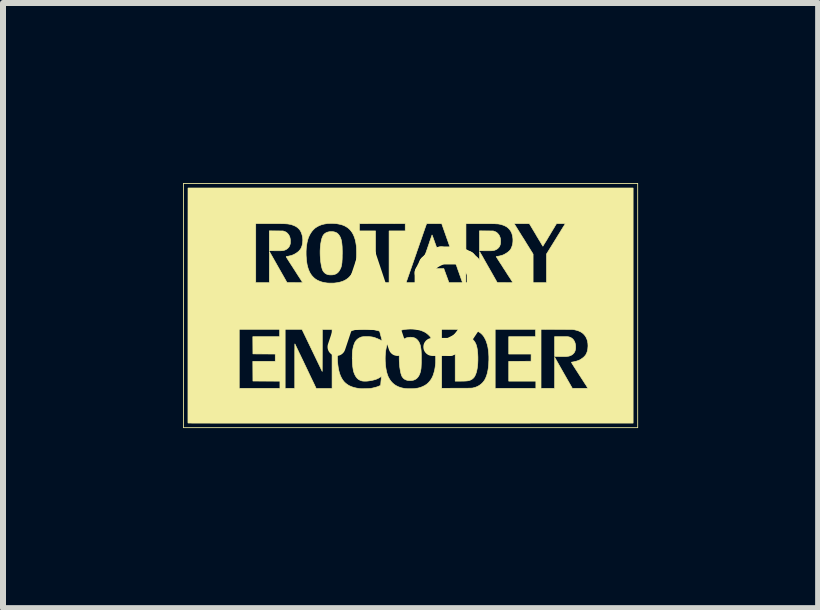
<source format=kicad_pcb>
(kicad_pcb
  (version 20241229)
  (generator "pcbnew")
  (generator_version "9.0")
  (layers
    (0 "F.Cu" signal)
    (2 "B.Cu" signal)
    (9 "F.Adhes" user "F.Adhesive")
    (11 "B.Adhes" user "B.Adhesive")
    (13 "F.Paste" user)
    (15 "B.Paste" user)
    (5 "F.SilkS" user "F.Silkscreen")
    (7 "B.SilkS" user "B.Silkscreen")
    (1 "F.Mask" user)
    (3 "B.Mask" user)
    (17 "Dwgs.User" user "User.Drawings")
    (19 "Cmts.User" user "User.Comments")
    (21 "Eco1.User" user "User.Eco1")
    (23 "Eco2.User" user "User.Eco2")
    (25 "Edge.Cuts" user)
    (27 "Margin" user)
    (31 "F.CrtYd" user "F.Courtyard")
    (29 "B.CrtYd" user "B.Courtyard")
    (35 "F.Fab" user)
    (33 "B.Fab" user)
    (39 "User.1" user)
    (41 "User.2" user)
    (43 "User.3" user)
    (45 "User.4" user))
  (footprint "A9"
    (layer "F.Cu")
    (at 3.792 2.042)
    (property "Reference" "A9" (at 0 0 0) (layer "F.SilkS") (effects (font (size 1.524 1.524) (thickness 0.3))))
    (attr through_hole)
    (fp_poly (pts (xy 3.787 2.037) (xy -3.787 2.037) (xy -3.787 -2.034) (xy -3.784 -2.034) (xy -3.784 2.034) (xy 3.784 2.034) (xy 3.784 -2.034) (xy -3.784 -2.034) (xy -3.787 -2.034) (xy -3.787 -2.037) (xy 3.787 -2.037) (xy 3.787 2.037)) (stroke (width 0.01) (type solid)) (fill yes) (layer "F.SilkS"))
    (fp_poly (pts (xy -2.239 -1.244) (xy -2.124 -1.243) (xy -2.105 -1.236) (xy -2.093 -1.232) (xy -2.082 -1.227) (xy -2.073 -1.222) (xy -2.073 -1.222) (xy -2.054 -1.207) (xy -2.038 -1.189) (xy -2.024 -1.168) (xy -2.013 -1.144) (xy -2.009 -1.128) (xy -2.006 -1.115) (xy -2.004 -1.099) (xy -2.003 -1.081) (xy -2.003 -1.062) (xy -2.003 -1.045) (xy -2.005 -1.03) (xy -2.006 -1.024) (xy -2.015 -0.998) (xy -2.027 -0.975) (xy -2.044 -0.956) (xy -2.064 -0.94) (xy -2.088 -0.927) (xy -2.112 -0.919) (xy -2.12 -0.917) (xy -2.128 -0.916) (xy -2.139 -0.915) (xy -2.152 -0.914) (xy -2.168 -0.913) (xy -2.186 -0.913) (xy -2.209 -0.913) (xy -2.235 -0.913) (xy -2.265 -0.913) (xy -2.291 -0.914) (xy -2.354 -0.914) (xy -2.354 -1.245) (xy -2.239 -1.244)) (stroke (width 0.01) (type solid)) (fill yes) (layer "F.SilkS"))
    (fp_poly (pts (xy 1.263 -1.244) (xy 1.378 -1.243) (xy 1.397 -1.236) (xy 1.418 -1.228) (xy 1.435 -1.218) (xy 1.451 -1.204) (xy 1.457 -1.197) (xy 1.472 -1.179) (xy 1.483 -1.159) (xy 1.492 -1.135) (xy 1.494 -1.129) (xy 1.497 -1.115) (xy 1.499 -1.098) (xy 1.5 -1.079) (xy 1.5 -1.06) (xy 1.499 -1.042) (xy 1.497 -1.027) (xy 1.495 -1.018) (xy 1.488 -0.998) (xy 1.48 -0.981) (xy 1.469 -0.967) (xy 1.46 -0.957) (xy 1.445 -0.944) (xy 1.427 -0.933) (xy 1.407 -0.924) (xy 1.391 -0.919) (xy 1.383 -0.917) (xy 1.375 -0.916) (xy 1.365 -0.915) (xy 1.353 -0.914) (xy 1.339 -0.913) (xy 1.321 -0.913) (xy 1.3 -0.913) (xy 1.276 -0.913) (xy 1.247 -0.913) (xy 1.214 -0.913) (xy 1.211 -0.914) (xy 1.148 -0.914) (xy 1.148 -1.245) (xy 1.263 -1.244)) (stroke (width 0.01) (type solid)) (fill yes) (layer "F.SilkS"))
    (fp_poly (pts (xy 2.538 0.518) (xy 2.561 0.518) (xy 2.579 0.518) (xy 2.594 0.518) (xy 2.606 0.519) (xy 2.616 0.519) (xy 2.623 0.52) (xy 2.63 0.521) (xy 2.635 0.521) (xy 2.64 0.523) (xy 2.643 0.523) (xy 2.667 0.532) (xy 2.689 0.545) (xy 2.708 0.562) (xy 2.723 0.583) (xy 2.732 0.598) (xy 2.74 0.619) (xy 2.746 0.64) (xy 2.75 0.663) (xy 2.751 0.688) (xy 2.751 0.692) (xy 2.75 0.72) (xy 2.745 0.744) (xy 2.738 0.765) (xy 2.728 0.784) (xy 2.714 0.801) (xy 2.711 0.804) (xy 2.693 0.819) (xy 2.672 0.831) (xy 2.647 0.84) (xy 2.646 0.841) (xy 2.632 0.844) (xy 2.615 0.846) (xy 2.596 0.849) (xy 2.577 0.85) (xy 2.56 0.85) (xy 2.555 0.85) (xy 2.548 0.85) (xy 2.537 0.85) (xy 2.522 0.85) (xy 2.505 0.849) (xy 2.487 0.849) (xy 2.469 0.849) (xy 2.4 0.848) (xy 2.4 0.518) (xy 2.511 0.518) (xy 2.538 0.518)) (stroke (width 0.01) (type solid)) (fill yes) (layer "F.SilkS"))
    (fp_poly (pts (xy 0.843 0.519) (xy 0.868 0.519) (xy 0.889 0.519) (xy 0.905 0.52) (xy 0.919 0.52) (xy 0.93 0.52) (xy 0.938 0.521) (xy 0.945 0.522) (xy 0.951 0.523) (xy 0.956 0.524) (xy 0.961 0.525) (xy 0.989 0.535) (xy 1.013 0.547) (xy 1.035 0.563) (xy 1.053 0.583) (xy 1.07 0.606) (xy 1.085 0.633) (xy 1.094 0.655) (xy 1.101 0.68) (xy 1.108 0.708) (xy 1.113 0.74) (xy 1.117 0.776) (xy 1.12 0.816) (xy 1.122 0.858) (xy 1.122 0.911) (xy 1.12 0.961) (xy 1.116 1.008) (xy 1.11 1.051) (xy 1.102 1.091) (xy 1.094 1.12) (xy 1.083 1.15) (xy 1.071 1.175) (xy 1.058 1.196) (xy 1.042 1.213) (xy 1.025 1.227) (xy 1.008 1.236) (xy 0.997 1.242) (xy 0.986 1.246) (xy 0.974 1.25) (xy 0.961 1.253) (xy 0.947 1.255) (xy 0.93 1.257) (xy 0.911 1.258) (xy 0.889 1.259) (xy 0.863 1.259) (xy 0.833 1.26) (xy 0.821 1.26) (xy 0.744 1.26) (xy 0.744 0.518) (xy 0.843 0.519)) (stroke (width 0.01) (type solid)) (fill yes) (layer "F.SilkS"))
    (fp_poly (pts (xy 0.359 -1.174) (xy 0.362 -1.168) (xy 0.366 -1.157) (xy 0.371 -1.143) (xy 0.378 -1.125) (xy 0.385 -1.104) (xy 0.394 -1.08) (xy 0.403 -1.054) (xy 0.413 -1.026) (xy 0.424 -0.996) (xy 0.433 -0.971) (xy 0.444 -0.94) (xy 0.455 -0.91) (xy 0.465 -0.882) (xy 0.474 -0.856) (xy 0.482 -0.833) (xy 0.49 -0.812) (xy 0.496 -0.794) (xy 0.501 -0.78) (xy 0.505 -0.77) (xy 0.507 -0.763) (xy 0.508 -0.762) (xy 0.505 -0.761) (xy 0.498 -0.761) (xy 0.487 -0.76) (xy 0.472 -0.76) (xy 0.454 -0.76) (xy 0.433 -0.76) (xy 0.409 -0.76) (xy 0.384 -0.759) (xy 0.361 -0.759) (xy 0.214 -0.759) (xy 0.223 -0.787) (xy 0.226 -0.794) (xy 0.23 -0.805) (xy 0.235 -0.82) (xy 0.241 -0.839) (xy 0.249 -0.86) (xy 0.257 -0.884) (xy 0.266 -0.911) (xy 0.276 -0.938) (xy 0.286 -0.968) (xy 0.295 -0.994) (xy 0.305 -1.023) (xy 0.314 -1.051) (xy 0.323 -1.077) (xy 0.331 -1.1) (xy 0.339 -1.122) (xy 0.345 -1.14) (xy 0.35 -1.155) (xy 0.354 -1.166) (xy 0.357 -1.173) (xy 0.358 -1.176) (xy 0.358 -1.176) (xy 0.359 -1.174)) (stroke (width 0.01) (type solid)) (fill yes) (layer "F.SilkS"))
    (fp_poly (pts (xy -1.292 -1.231) (xy -1.267 -1.226) (xy -1.244 -1.218) (xy -1.224 -1.207) (xy -1.206 -1.191) (xy -1.19 -1.171) (xy -1.176 -1.148) (xy -1.168 -1.131) (xy -1.161 -1.112) (xy -1.155 -1.092) (xy -1.15 -1.068) (xy -1.146 -1.043) (xy -1.143 -1.014) (xy -1.14 -0.981) (xy -1.139 -0.945) (xy -1.138 -0.905) (xy -1.138 -0.86) (xy -1.139 -0.844) (xy -1.139 -0.806) (xy -1.14 -0.773) (xy -1.142 -0.745) (xy -1.143 -0.72) (xy -1.146 -0.698) (xy -1.149 -0.678) (xy -1.153 -0.66) (xy -1.157 -0.644) (xy -1.162 -0.629) (xy -1.169 -0.615) (xy -1.173 -0.606) (xy -1.188 -0.579) (xy -1.205 -0.557) (xy -1.224 -0.54) (xy -1.245 -0.527) (xy -1.269 -0.518) (xy -1.296 -0.512) (xy -1.327 -0.511) (xy -1.329 -0.511) (xy -1.342 -0.511) (xy -1.356 -0.512) (xy -1.368 -0.514) (xy -1.371 -0.514) (xy -1.396 -0.522) (xy -1.419 -0.534) (xy -1.438 -0.55) (xy -1.454 -0.57) (xy -1.463 -0.585) (xy -1.472 -0.606) (xy -1.479 -0.631) (xy -1.486 -0.661) (xy -1.492 -0.695) (xy -1.498 -0.732) (xy -1.502 -0.774) (xy -1.505 -0.818) (xy -1.506 -0.833) (xy -1.507 -0.873) (xy -1.507 -0.912) (xy -1.505 -0.951) (xy -1.502 -0.988) (xy -1.498 -1.025) (xy -1.492 -1.059) (xy -1.486 -1.09) (xy -1.478 -1.119) (xy -1.469 -1.143) (xy -1.46 -1.163) (xy -1.459 -1.165) (xy -1.444 -1.186) (xy -1.425 -1.203) (xy -1.403 -1.216) (xy -1.378 -1.225) (xy -1.35 -1.231) (xy -1.322 -1.232) (xy -1.292 -1.231)) (stroke (width 0.01) (type solid)) (fill yes) (layer "F.SilkS"))
    (fp_poly (pts (xy 0.028 0.53) (xy 0.054 0.535) (xy 0.077 0.544) (xy 0.097 0.557) (xy 0.115 0.574) (xy 0.132 0.595) (xy 0.135 0.6) (xy 0.144 0.617) (xy 0.152 0.635) (xy 0.159 0.654) (xy 0.165 0.675) (xy 0.169 0.7) (xy 0.174 0.728) (xy 0.174 0.734) (xy 0.176 0.748) (xy 0.177 0.767) (xy 0.178 0.789) (xy 0.179 0.814) (xy 0.179 0.842) (xy 0.179 0.87) (xy 0.179 0.899) (xy 0.179 0.927) (xy 0.179 0.955) (xy 0.178 0.981) (xy 0.177 1.004) (xy 0.176 1.024) (xy 0.175 1.04) (xy 0.175 1.044) (xy 0.17 1.076) (xy 0.164 1.105) (xy 0.156 1.13) (xy 0.147 1.152) (xy 0.136 1.173) (xy 0.132 1.18) (xy 0.115 1.202) (xy 0.096 1.22) (xy 0.074 1.233) (xy 0.05 1.243) (xy 0.023 1.248) (xy -0.007 1.25) (xy -0.032 1.249) (xy -0.059 1.245) (xy -0.083 1.236) (xy -0.105 1.224) (xy -0.123 1.208) (xy -0.138 1.188) (xy -0.145 1.177) (xy -0.153 1.156) (xy -0.161 1.131) (xy -0.168 1.1) (xy -0.174 1.066) (xy -0.18 1.027) (xy -0.184 0.985) (xy -0.187 0.939) (xy -0.188 0.927) (xy -0.189 0.887) (xy -0.189 0.847) (xy -0.187 0.807) (xy -0.184 0.768) (xy -0.179 0.731) (xy -0.173 0.696) (xy -0.166 0.664) (xy -0.158 0.636) (xy -0.149 0.611) (xy -0.145 0.605) (xy -0.132 0.583) (xy -0.115 0.565) (xy -0.095 0.55) (xy -0.071 0.539) (xy -0.044 0.532) (xy -0.014 0.529) (xy -0.002 0.528) (xy 0.028 0.53)) (stroke (width 0.01) (type solid)) (fill yes) (layer "F.SilkS"))
    (fp_poly (pts (xy 3.709 1.959) (xy 0.001 1.96) (xy -0.171 1.96) (xy -0.337 1.96) (xy -0.498 1.96) (xy -0.654 1.96) (xy -0.806 1.96) (xy -0.952 1.96) (xy -1.094 1.96) (xy -1.232 1.96) (xy -1.365 1.96) (xy -1.493 1.96) (xy -1.617 1.96) (xy -1.737 1.96) (xy -1.852 1.96) (xy -1.963 1.96) (xy -2.07 1.96) (xy -2.173 1.96) (xy -2.272 1.96) (xy -2.366 1.96) (xy -2.457 1.96) (xy -2.545 1.96) (xy -2.628 1.96) (xy -2.708 1.96) (xy -2.784 1.96) (xy -2.856 1.96) (xy -2.925 1.96) (xy -2.991 1.96) (xy -3.053 1.96) (xy -3.112 1.96) (xy -3.168 1.96) (xy -3.22 1.96) (xy -3.27 1.96) (xy -3.316 1.96) (xy -3.36 1.959) (xy -3.4 1.959) (xy -3.438 1.959) (xy -3.473 1.959) (xy -3.505 1.959) (xy -3.535 1.959) (xy -3.562 1.959) (xy -3.586 1.959) (xy -3.608 1.959) (xy -3.628 1.959) (xy -3.645 1.959) (xy -3.66 1.958) (xy -3.673 1.958) (xy -3.684 1.958) (xy -3.693 1.958) (xy -3.7 1.958) (xy -3.705 1.958) (xy -3.708 1.958) (xy -3.709 1.958) (xy -3.709 1.958) (xy -3.709 1.955) (xy -3.71 1.947) (xy -3.71 1.935) (xy -3.71 1.918) (xy -3.71 1.896) (xy -3.71 1.87) (xy -3.71 1.839) (xy -3.71 1.804) (xy -3.71 1.765) (xy -3.71 1.722) (xy -3.71 1.676) (xy -3.71 1.625) (xy -3.71 1.571) (xy -3.71 1.514) (xy -3.71 1.453) (xy -3.71 1.389) (xy -3.71 1.321) (xy -3.71 1.251) (xy -3.71 1.178) (xy -3.71 1.102) (xy -3.71 1.024) (xy -3.71 0.943) (xy -3.71 0.859) (xy -3.71 0.774) (xy -3.71 0.686) (xy -3.71 0.596) (xy -3.71 0.504) (xy -3.71 0.411) (xy -3.71 0.396) (xy -2.855 0.396) (xy -2.855 1.379) (xy -2.177 1.379) (xy -2.09 1.379) (xy -1.93 1.379) (xy -1.93 1.008) (xy -1.93 0.965) (xy -1.93 0.923) (xy -1.93 0.884) (xy -1.93 0.846) (xy -1.93 0.81) (xy -1.93 0.777) (xy -1.93 0.747) (xy -1.929 0.72) (xy -1.929 0.696) (xy -1.929 0.676) (xy -1.929 0.66) (xy -1.929 0.649) (xy -1.928 0.641) (xy -1.928 0.639) (xy -1.928 0.639) (xy -1.927 0.641) (xy -1.923 0.648) (xy -1.918 0.659) (xy -1.911 0.674) (xy -1.902 0.692) (xy -1.892 0.713) (xy -1.88 0.738) (xy -1.867 0.765) (xy -1.853 0.795) (xy -1.837 0.827) (xy -1.821 0.861) (xy -1.804 0.896) (xy -1.786 0.933) (xy -1.768 0.972) (xy -1.749 1.011) (xy -1.73 1.051) (xy -1.711 1.091) (xy -1.692 1.131) (xy -1.673 1.171) (xy -1.654 1.211) (xy -1.635 1.25) (xy -1.617 1.288) (xy -1.599 1.325) (xy -1.59 1.345) (xy -1.572 1.382) (xy -1.308 1.382) (xy -1.308 0.883) (xy -1.218 0.883) (xy -1.217 0.927) (xy -1.212 0.984) (xy -1.205 1.037) (xy -1.195 1.086) (xy -1.183 1.131) (xy -1.168 1.171) (xy -1.15 1.208) (xy -1.13 1.241) (xy -1.107 1.27) (xy -1.081 1.295) (xy -1.052 1.317) (xy -1.021 1.336) (xy -1.018 1.337) (xy -0.984 1.352) (xy -0.945 1.365) (xy -0.902 1.375) (xy -0.855 1.383) (xy -0.834 1.385) (xy -0.827 1.386) (xy -0.815 1.386) (xy -0.8 1.386) (xy -0.783 1.386) (xy -0.764 1.385) (xy -0.745 1.385) (xy -0.726 1.384) (xy -0.708 1.384) (xy -0.693 1.383) (xy -0.681 1.382) (xy -0.672 1.382) (xy -0.672 1.382) (xy -0.651 1.378) (xy -0.63 1.374) (xy -0.609 1.369) (xy -0.588 1.364) (xy -0.568 1.358) (xy -0.549 1.352) (xy -0.532 1.345) (xy -0.518 1.339) (xy -0.507 1.334) (xy -0.5 1.329) (xy -0.498 1.325) (xy -0.498 1.325) (xy -0.498 1.32) (xy -0.497 1.312) (xy -0.496 1.301) (xy -0.495 1.287) (xy -0.494 1.271) (xy -0.492 1.255) (xy -0.491 1.239) (xy -0.489 1.224) (xy -0.488 1.21) (xy -0.487 1.2) (xy -0.486 1.193) (xy -0.486 1.192) (xy -0.485 1.181) (xy -0.505 1.193) (xy -0.526 1.206) (xy -0.546 1.216) (xy -0.566 1.225) (xy -0.587 1.233) (xy -0.61 1.239) (xy -0.625 1.243) (xy -0.654 1.249) (xy -0.684 1.254) (xy -0.713 1.258) (xy -0.741 1.26) (xy -0.767 1.26) (xy -0.79 1.259) (xy -0.81 1.256) (xy -0.814 1.255) (xy -0.839 1.246) (xy -0.861 1.235) (xy -0.881 1.22) (xy -0.899 1.201) (xy -0.915 1.178) (xy -0.927 1.156) (xy -0.935 1.138) (xy -0.942 1.121) (xy -0.948 1.103) (xy -0.953 1.083) (xy -0.957 1.061) (xy -0.961 1.036) (xy -0.965 1.006) (xy -0.965 1) (xy -0.968 0.977) (xy -0.969 0.951) (xy -0.97 0.923) (xy -0.971 0.895) (xy -0.971 0.884) (xy -0.423 0.884) (xy -0.422 0.932) (xy -0.419 0.978) (xy -0.414 1.024) (xy -0.407 1.068) (xy -0.398 1.11) (xy -0.387 1.148) (xy -0.374 1.183) (xy -0.369 1.193) (xy -0.349 1.229) (xy -0.326 1.262) (xy -0.299 1.291) (xy -0.269 1.317) (xy -0.235 1.338) (xy -0.199 1.355) (xy -0.159 1.369) (xy -0.115 1.379) (xy -0.089 1.383) (xy -0.071 1.384) (xy -0.05 1.386) (xy -0.027 1.386) (xy -0.002 1.386) (xy 0.023 1.386) (xy 0.046 1.385) (xy 0.066 1.384) (xy 0.075 1.383) (xy 0.097 1.379) (xy 0.518 1.379) (xy 0.769 1.378) (xy 0.81 1.378) (xy 0.847 1.378) (xy 0.879 1.378) (xy 0.907 1.378) (xy 0.931 1.378) (xy 0.952 1.378) (xy 0.969 1.377) (xy 0.984 1.377) (xy 0.996 1.377) (xy 1.006 1.376) (xy 1.015 1.376) (xy 1.022 1.376) (xy 1.027 1.375) (xy 1.032 1.374) (xy 1.036 1.374) (xy 1.04 1.373) (xy 1.044 1.372) (xy 1.044 1.372) (xy 1.083 1.361) (xy 1.118 1.347) (xy 1.15 1.328) (xy 1.179 1.306) (xy 1.198 1.288) (xy 1.219 1.263) (xy 1.238 1.235) (xy 1.254 1.202) (xy 1.268 1.166) (xy 1.28 1.125) (xy 1.289 1.081) (xy 1.297 1.032) (xy 1.302 0.978) (xy 1.304 0.92) (xy 1.305 0.914) (xy 1.305 0.853) (xy 1.302 0.795) (xy 1.296 0.74) (xy 1.288 0.689) (xy 1.276 0.642) (xy 1.262 0.599) (xy 1.253 0.576) (xy 1.235 0.541) (xy 1.216 0.509) (xy 1.193 0.482) (xy 1.168 0.459) (xy 1.14 0.44) (xy 1.108 0.424) (xy 1.073 0.411) (xy 1.041 0.403) (xy 1.037 0.402) (xy 1.033 0.401) (xy 1.029 0.401) (xy 1.024 0.4) (xy 1.017 0.4) (xy 1.01 0.399) (xy 1.001 0.399) (xy 0.99 0.398) (xy 0.977 0.398) (xy 0.961 0.398) (xy 0.942 0.398) (xy 0.92 0.398) (xy 0.894 0.397) (xy 0.865 0.397) (xy 0.831 0.397) (xy 0.793 0.397) (xy 0.768 0.397) (xy 0.576 0.396) (xy 1.41 0.396) (xy 1.41 1.379) (xy 2.088 1.379) (xy 2.174 1.379) (xy 2.4 1.379) (xy 2.401 1.12) (xy 2.401 0.86) (xy 2.548 1.12) (xy 2.696 1.379) (xy 2.826 1.379) (xy 2.855 1.379) (xy 2.88 1.379) (xy 2.9 1.379) (xy 2.916 1.379) (xy 2.929 1.379) (xy 2.938 1.378) (xy 2.945 1.378) (xy 2.95 1.378) (xy 2.953 1.377) (xy 2.954 1.376) (xy 2.954 1.375) (xy 2.954 1.375) (xy 2.952 1.372) (xy 2.948 1.365) (xy 2.941 1.355) (xy 2.932 1.341) (xy 2.922 1.324) (xy 2.909 1.305) (xy 2.895 1.283) (xy 2.879 1.258) (xy 2.862 1.232) (xy 2.844 1.204) (xy 2.825 1.175) (xy 2.814 1.158) (xy 2.791 1.122) (xy 2.771 1.091) (xy 2.753 1.063) (xy 2.737 1.038) (xy 2.724 1.018) (xy 2.713 1) (xy 2.703 0.985) (xy 2.696 0.973) (xy 2.69 0.963) (xy 2.686 0.956) (xy 2.683 0.95) (xy 2.682 0.947) (xy 2.681 0.945) (xy 2.682 0.944) (xy 2.686 0.943) (xy 2.693 0.942) (xy 2.704 0.94) (xy 2.717 0.938) (xy 2.719 0.937) (xy 2.755 0.929) (xy 2.788 0.919) (xy 2.819 0.906) (xy 2.848 0.888) (xy 2.877 0.867) (xy 2.881 0.864) (xy 2.902 0.843) (xy 2.921 0.819) (xy 2.935 0.791) (xy 2.946 0.76) (xy 2.953 0.726) (xy 2.956 0.688) (xy 2.957 0.672) (xy 2.955 0.631) (xy 2.949 0.594) (xy 2.938 0.559) (xy 2.924 0.528) (xy 2.906 0.5) (xy 2.884 0.475) (xy 2.884 0.475) (xy 2.861 0.455) (xy 2.835 0.439) (xy 2.806 0.425) (xy 2.774 0.414) (xy 2.737 0.405) (xy 2.729 0.403) (xy 2.724 0.402) (xy 2.72 0.402) (xy 2.715 0.401) (xy 2.709 0.4) (xy 2.703 0.4) (xy 2.696 0.399) (xy 2.687 0.399) (xy 2.676 0.399) (xy 2.662 0.398) (xy 2.647 0.398) (xy 2.628 0.398) (xy 2.607 0.398) (xy 2.582 0.398) (xy 2.553 0.397) (xy 2.52 0.397) (xy 2.482 0.397) (xy 2.44 0.397) (xy 2.438 0.397) (xy 2.174 0.396) (xy 2.174 1.379) (xy 2.088 1.379) (xy 2.088 1.26) (xy 1.636 1.26) (xy 1.636 0.93) (xy 1.822 0.929) (xy 2.008 0.928) (xy 2.009 0.808) (xy 1.636 0.808) (xy 1.636 0.518) (xy 2.083 0.518) (xy 2.083 0.396) (xy 1.41 0.396) (xy 0.576 0.396) (xy 0.518 0.396) (xy 0.518 1.379) (xy 0.097 1.379) (xy 0.121 1.376) (xy 0.163 1.365) (xy 0.201 1.35) (xy 0.237 1.332) (xy 0.269 1.311) (xy 0.298 1.285) (xy 0.323 1.256) (xy 0.342 1.23) (xy 0.361 1.197) (xy 0.377 1.16) (xy 0.39 1.118) (xy 0.402 1.073) (xy 0.41 1.024) (xy 0.416 0.972) (xy 0.417 0.963) (xy 0.418 0.944) (xy 0.418 0.921) (xy 0.419 0.896) (xy 0.418 0.869) (xy 0.418 0.842) (xy 0.417 0.817) (xy 0.416 0.793) (xy 0.414 0.772) (xy 0.413 0.758) (xy 0.405 0.707) (xy 0.394 0.66) (xy 0.38 0.617) (xy 0.363 0.578) (xy 0.344 0.543) (xy 0.321 0.511) (xy 0.294 0.484) (xy 0.265 0.46) (xy 0.232 0.44) (xy 0.196 0.424) (xy 0.157 0.41) (xy 0.124 0.403) (xy 0.082 0.396) (xy 0.038 0.392) (xy -0.006 0.391) (xy -0.05 0.393) (xy -0.092 0.397) (xy -0.118 0.401) (xy -0.161 0.412) (xy -0.201 0.427) (xy -0.237 0.446) (xy -0.271 0.469) (xy -0.301 0.495) (xy -0.327 0.526) (xy -0.351 0.56) (xy -0.371 0.598) (xy -0.383 0.626) (xy -0.395 0.662) (xy -0.405 0.702) (xy -0.413 0.745) (xy -0.418 0.79) (xy -0.422 0.837) (xy -0.423 0.884) (xy -0.971 0.884) (xy -0.972 0.866) (xy -0.971 0.838) (xy -0.971 0.811) (xy -0.97 0.788) (xy -0.968 0.767) (xy -0.967 0.755) (xy -0.96 0.716) (xy -0.952 0.679) (xy -0.941 0.646) (xy -0.929 0.617) (xy -0.925 0.608) (xy -0.913 0.59) (xy -0.898 0.572) (xy -0.88 0.556) (xy -0.861 0.543) (xy -0.853 0.539) (xy -0.839 0.532) (xy -0.827 0.527) (xy -0.815 0.523) (xy -0.802 0.521) (xy -0.788 0.519) (xy -0.771 0.518) (xy -0.751 0.517) (xy -0.734 0.517) (xy -0.706 0.517) (xy -0.681 0.519) (xy -0.659 0.521) (xy -0.639 0.524) (xy -0.619 0.528) (xy -0.599 0.534) (xy -0.596 0.535) (xy -0.585 0.539) (xy -0.57 0.545) (xy -0.554 0.551) (xy -0.536 0.559) (xy -0.519 0.567) (xy -0.504 0.574) (xy -0.492 0.58) (xy -0.488 0.582) (xy -0.481 0.586) (xy -0.476 0.588) (xy -0.474 0.589) (xy -0.474 0.586) (xy -0.476 0.579) (xy -0.478 0.569) (xy -0.482 0.556) (xy -0.486 0.541) (xy -0.49 0.524) (xy -0.495 0.507) (xy -0.499 0.49) (xy -0.504 0.473) (xy -0.508 0.458) (xy -0.511 0.445) (xy -0.514 0.435) (xy -0.516 0.429) (xy -0.517 0.427) (xy -0.521 0.425) (xy -0.529 0.423) (xy -0.54 0.419) (xy -0.554 0.416) (xy -0.571 0.412) (xy -0.589 0.408) (xy -0.602 0.405) (xy -0.642 0.398) (xy -0.685 0.393) (xy -0.729 0.39) (xy -0.773 0.389) (xy -0.817 0.39) (xy -0.858 0.392) (xy -0.896 0.397) (xy -0.899 0.398) (xy -0.943 0.407) (xy -0.984 0.42) (xy -1.021 0.436) (xy -1.055 0.456) (xy -1.085 0.479) (xy -1.112 0.506) (xy -1.137 0.536) (xy -1.141 0.543) (xy -1.159 0.574) (xy -1.175 0.609) (xy -1.189 0.648) (xy -1.2 0.69) (xy -1.208 0.735) (xy -1.214 0.782) (xy -1.218 0.832) (xy -1.218 0.883) (xy -1.308 0.883) (xy -1.308 0.399) (xy -1.47 0.399) (xy -1.471 0.748) (xy -1.472 1.098) (xy -1.81 0.396) (xy -1.95 0.396) (xy -2.09 0.396) (xy -2.09 1.379) (xy -2.177 1.379) (xy -2.177 1.26) (xy -2.402 1.259) (xy -2.627 1.258) (xy -2.628 1.094) (xy -2.629 0.93) (xy -2.255 0.93) (xy -2.255 0.808) (xy -2.441 0.807) (xy -2.627 0.806) (xy -2.628 0.662) (xy -2.629 0.518) (xy -2.182 0.518) (xy -2.182 0.396) (xy -2.855 0.396) (xy -3.71 0.396) (xy -3.71 0.316) (xy -3.71 0.219) (xy -3.71 0.121) (xy -3.71 0.022) (xy -3.71 -0.003) (xy -3.71 -0.381) (xy -2.58 -0.381) (xy -2.354 -0.381) (xy -2.353 -0.902) (xy -2.206 -0.642) (xy -2.058 -0.382) (xy -1.928 -0.382) (xy -1.898 -0.381) (xy -1.873 -0.381) (xy -1.852 -0.381) (xy -1.835 -0.382) (xy -1.822 -0.382) (xy -1.812 -0.382) (xy -1.805 -0.382) (xy -1.801 -0.383) (xy -1.799 -0.384) (xy -1.799 -0.384) (xy -1.8 -0.387) (xy -1.804 -0.393) (xy -1.811 -0.403) (xy -1.82 -0.417) (xy -1.83 -0.434) (xy -1.843 -0.453) (xy -1.857 -0.475) (xy -1.873 -0.499) (xy -1.89 -0.526) (xy -1.908 -0.554) (xy -1.926 -0.583) (xy -1.939 -0.602) (xy -1.961 -0.637) (xy -1.981 -0.668) (xy -1.999 -0.695) (xy -2.014 -0.719) (xy -2.027 -0.739) (xy -2.038 -0.756) (xy -2.047 -0.771) (xy -2.055 -0.783) (xy -2.061 -0.793) (xy -2.065 -0.8) (xy -2.069 -0.806) (xy -2.071 -0.811) (xy -2.072 -0.814) (xy -2.072 -0.815) (xy -2.072 -0.817) (xy -2.071 -0.817) (xy -2.07 -0.817) (xy -2.06 -0.819) (xy -2.046 -0.821) (xy -2.031 -0.824) (xy -2.015 -0.828) (xy -2 -0.831) (xy -1.987 -0.834) (xy -1.978 -0.837) (xy -1.949 -0.849) (xy -1.937 -0.855) (xy -1.741 -0.855) (xy -1.74 -0.826) (xy -1.736 -0.774) (xy -1.731 -0.726) (xy -1.724 -0.682) (xy -1.714 -0.642) (xy -1.703 -0.606) (xy -1.689 -0.572) (xy -1.673 -0.54) (xy -1.654 -0.511) (xy -1.638 -0.491) (xy -1.613 -0.465) (xy -1.584 -0.441) (xy -1.551 -0.421) (xy -1.514 -0.405) (xy -1.474 -0.391) (xy -1.431 -0.382) (xy -1.392 -0.376) (xy -1.375 -0.375) (xy -1.355 -0.374) (xy -1.333 -0.374) (xy -1.31 -0.374) (xy -1.288 -0.374) (xy -1.268 -0.375) (xy -1.26 -0.376) (xy -1.223 -0.381) (xy -0.075 -0.381) (xy 0.079 -0.382) (xy 0.086 -0.401) (xy 0.089 -0.408) (xy 0.092 -0.419) (xy 0.097 -0.433) (xy 0.103 -0.45) (xy 0.11 -0.47) (xy 0.117 -0.491) (xy 0.125 -0.513) (xy 0.127 -0.519) (xy 0.161 -0.617) (xy 0.554 -0.616) (xy 0.593 -0.509) (xy 0.602 -0.487) (xy 0.609 -0.465) (xy 0.617 -0.446) (xy 0.623 -0.428) (xy 0.628 -0.413) (xy 0.633 -0.402) (xy 0.635 -0.394) (xy 0.636 -0.392) (xy 0.64 -0.381) (xy 0.753 -0.381) (xy 0.922 -0.381) (xy 1.148 -0.381) (xy 1.148 -0.642) (xy 1.148 -0.678) (xy 1.148 -0.712) (xy 1.148 -0.745) (xy 1.148 -0.775) (xy 1.148 -0.803) (xy 1.149 -0.828) (xy 1.149 -0.85) (xy 1.149 -0.868) (xy 1.149 -0.883) (xy 1.149 -0.893) (xy 1.15 -0.899) (xy 1.15 -0.901) (xy 1.151 -0.898) (xy 1.155 -0.892) (xy 1.161 -0.881) (xy 1.169 -0.867) (xy 1.179 -0.85) (xy 1.191 -0.83) (xy 1.204 -0.807) (xy 1.218 -0.781) (xy 1.234 -0.753) (xy 1.251 -0.723) (xy 1.269 -0.692) (xy 1.287 -0.659) (xy 1.298 -0.641) (xy 1.445 -0.382) (xy 1.576 -0.382) (xy 1.707 -0.381) (xy 1.684 -0.416) (xy 1.679 -0.423) (xy 1.672 -0.435) (xy 1.662 -0.45) (xy 1.651 -0.468) (xy 1.637 -0.488) (xy 1.622 -0.511) (xy 1.606 -0.536) (xy 1.589 -0.563) (xy 1.572 -0.59) (xy 1.553 -0.618) (xy 1.544 -0.632) (xy 1.527 -0.66) (xy 1.51 -0.686) (xy 1.494 -0.71) (xy 1.479 -0.733) (xy 1.466 -0.754) (xy 1.454 -0.772) (xy 1.445 -0.787) (xy 1.437 -0.8) (xy 1.431 -0.809) (xy 1.428 -0.814) (xy 1.427 -0.815) (xy 1.43 -0.816) (xy 1.436 -0.818) (xy 1.445 -0.819) (xy 1.455 -0.821) (xy 1.482 -0.826) (xy 1.506 -0.832) (xy 1.528 -0.838) (xy 1.541 -0.843) (xy 1.561 -0.852) (xy 1.582 -0.864) (xy 1.603 -0.877) (xy 1.623 -0.891) (xy 1.64 -0.906) (xy 1.654 -0.92) (xy 1.658 -0.924) (xy 1.674 -0.948) (xy 1.686 -0.976) (xy 1.696 -1.006) (xy 1.703 -1.039) (xy 1.706 -1.073) (xy 1.706 -1.108) (xy 1.702 -1.143) (xy 1.696 -1.173) (xy 1.686 -1.207) (xy 1.671 -1.237) (xy 1.652 -1.265) (xy 1.63 -1.289) (xy 1.604 -1.31) (xy 1.574 -1.327) (xy 1.54 -1.341) (xy 1.502 -1.352) (xy 1.495 -1.354) (xy 1.486 -1.356) (xy 1.478 -1.357) (xy 1.47 -1.359) (xy 1.461 -1.36) (xy 1.452 -1.361) (xy 1.441 -1.362) (xy 1.429 -1.362) (xy 1.416 -1.363) (xy 1.413 -1.363) (xy 1.728 -1.363) (xy 1.729 -1.361) (xy 1.733 -1.354) (xy 1.74 -1.344) (xy 1.748 -1.33) (xy 1.759 -1.313) (xy 1.771 -1.293) (xy 1.785 -1.271) (xy 1.8 -1.246) (xy 1.817 -1.219) (xy 1.835 -1.19) (xy 1.854 -1.159) (xy 1.874 -1.128) (xy 1.88 -1.119) (xy 1.9 -1.087) (xy 1.919 -1.056) (xy 1.937 -1.026) (xy 1.955 -0.998) (xy 1.971 -0.972) (xy 1.986 -0.948) (xy 1.999 -0.927) (xy 2.011 -0.908) (xy 2.02 -0.893) (xy 2.028 -0.881) (xy 2.033 -0.872) (xy 2.036 -0.868) (xy 2.036 -0.867) (xy 2.042 -0.857) (xy 2.042 -0.381) (xy 2.265 -0.381) (xy 2.265 -0.858) (xy 2.422 -1.111) (xy 2.442 -1.144) (xy 2.461 -1.175) (xy 2.48 -1.205) (xy 2.497 -1.233) (xy 2.513 -1.26) (xy 2.528 -1.283) (xy 2.541 -1.305) (xy 2.553 -1.323) (xy 2.562 -1.339) (xy 2.57 -1.351) (xy 2.575 -1.36) (xy 2.577 -1.364) (xy 2.578 -1.365) (xy 2.575 -1.365) (xy 2.569 -1.366) (xy 2.558 -1.366) (xy 2.544 -1.366) (xy 2.528 -1.366) (xy 2.509 -1.366) (xy 2.506 -1.366) (xy 2.433 -1.366) (xy 2.429 -1.359) (xy 2.427 -1.356) (xy 2.422 -1.349) (xy 2.416 -1.338) (xy 2.407 -1.324) (xy 2.397 -1.306) (xy 2.385 -1.286) (xy 2.371 -1.264) (xy 2.357 -1.24) (xy 2.341 -1.214) (xy 2.325 -1.186) (xy 2.315 -1.17) (xy 2.298 -1.142) (xy 2.283 -1.116) (xy 2.268 -1.091) (xy 2.254 -1.068) (xy 2.241 -1.048) (xy 2.23 -1.03) (xy 2.221 -1.015) (xy 2.214 -1.003) (xy 2.209 -0.994) (xy 2.206 -0.99) (xy 2.205 -0.989) (xy 2.203 -0.992) (xy 2.2 -0.998) (xy 2.193 -1.008) (xy 2.185 -1.022) (xy 2.175 -1.038) (xy 2.164 -1.058) (xy 2.151 -1.079) (xy 2.136 -1.103) (xy 2.121 -1.129) (xy 2.104 -1.156) (xy 2.092 -1.178) (xy 1.98 -1.365) (xy 1.853 -1.366) (xy 1.823 -1.366) (xy 1.799 -1.366) (xy 1.778 -1.366) (xy 1.762 -1.366) (xy 1.749 -1.366) (xy 1.74 -1.365) (xy 1.733 -1.365) (xy 1.729 -1.364) (xy 1.728 -1.364) (xy 1.728 -1.363) (xy 1.413 -1.363) (xy 1.4 -1.364) (xy 1.382 -1.364) (xy 1.361 -1.364) (xy 1.337 -1.365) (xy 1.31 -1.365) (xy 1.279 -1.365) (xy 1.244 -1.365) (xy 1.204 -1.365) (xy 1.17 -1.365) (xy 0.923 -1.365) (xy 0.923 -0.873) (xy 0.922 -0.381) (xy 0.753 -0.381) (xy 0.777 -0.381) (xy 0.798 -0.381) (xy 0.818 -0.381) (xy 0.835 -0.381) (xy 0.849 -0.381) (xy 0.859 -0.381) (xy 0.865 -0.381) (xy 0.866 -0.382) (xy 0.865 -0.384) (xy 0.863 -0.391) (xy 0.859 -0.402) (xy 0.853 -0.418) (xy 0.846 -0.437) (xy 0.838 -0.46) (xy 0.829 -0.487) (xy 0.818 -0.516) (xy 0.807 -0.549) (xy 0.794 -0.584) (xy 0.781 -0.622) (xy 0.767 -0.663) (xy 0.752 -0.705) (xy 0.736 -0.749) (xy 0.72 -0.795) (xy 0.703 -0.843) (xy 0.692 -0.874) (xy 0.519 -1.365) (xy 0.394 -1.366) (xy 0.365 -1.366) (xy 0.34 -1.366) (xy 0.319 -1.366) (xy 0.303 -1.366) (xy 0.29 -1.366) (xy 0.28 -1.365) (xy 0.273 -1.365) (xy 0.269 -1.364) (xy 0.268 -1.363) (xy 0.267 -1.363) (xy 0.266 -1.36) (xy 0.263 -1.353) (xy 0.259 -1.342) (xy 0.254 -1.328) (xy 0.249 -1.312) (xy 0.242 -1.295) (xy 0.242 -1.293) (xy 0.238 -1.283) (xy 0.233 -1.269) (xy 0.227 -1.25) (xy 0.219 -1.228) (xy 0.21 -1.202) (xy 0.2 -1.173) (xy 0.189 -1.141) (xy 0.177 -1.106) (xy 0.164 -1.068) (xy 0.15 -1.029) (xy 0.136 -0.988) (xy 0.121 -0.945) (xy 0.105 -0.9) (xy 0.09 -0.855) (xy 0.074 -0.81) (xy 0.072 -0.803) (xy -0.075 -0.381) (xy -1.223 -0.381) (xy -1.215 -0.382) (xy -1.174 -0.391) (xy -1.135 -0.403) (xy -1.1 -0.418) (xy -1.069 -0.436) (xy -1.068 -0.437) (xy -1.038 -0.459) (xy -1.012 -0.485) (xy -0.989 -0.513) (xy -0.968 -0.545) (xy -0.95 -0.58) (xy -0.935 -0.619) (xy -0.922 -0.662) (xy -0.912 -0.71) (xy -0.904 -0.761) (xy -0.904 -0.766) (xy -0.902 -0.78) (xy -0.901 -0.798) (xy -0.901 -0.82) (xy -0.9 -0.844) (xy -0.9 -0.869) (xy -0.9 -0.895) (xy -0.901 -0.92) (xy -0.901 -0.945) (xy -0.902 -0.967) (xy -0.903 -0.986) (xy -0.905 -1.001) (xy -0.905 -1.002) (xy -0.913 -1.053) (xy -0.923 -1.099) (xy -0.937 -1.142) (xy -0.953 -1.18) (xy -0.972 -1.215) (xy -0.993 -1.244) (xy -0.853 -1.244) (xy -0.584 -1.244) (xy -0.584 -0.381) (xy -0.358 -0.381) (xy -0.358 -1.244) (xy -0.089 -1.244) (xy -0.089 -1.366) (xy -0.852 -1.365) (xy -0.853 -1.244) (xy -0.993 -1.244) (xy -0.994 -1.245) (xy -1.019 -1.273) (xy -1.047 -1.297) (xy -1.079 -1.317) (xy -1.095 -1.326) (xy -1.117 -1.336) (xy -1.143 -1.345) (xy -1.172 -1.353) (xy -1.202 -1.359) (xy -1.233 -1.365) (xy -1.248 -1.366) (xy -1.262 -1.367) (xy -1.279 -1.368) (xy -1.298 -1.369) (xy -1.318 -1.369) (xy -1.339 -1.369) (xy -1.358 -1.368) (xy -1.375 -1.368) (xy -1.389 -1.367) (xy -1.393 -1.366) (xy -1.44 -1.358) (xy -1.483 -1.347) (xy -1.522 -1.332) (xy -1.558 -1.313) (xy -1.591 -1.291) (xy -1.62 -1.264) (xy -1.646 -1.234) (xy -1.669 -1.2) (xy -1.689 -1.162) (xy -1.703 -1.13) (xy -1.715 -1.092) (xy -1.725 -1.05) (xy -1.732 -1.005) (xy -1.738 -0.957) (xy -1.741 -0.907) (xy -1.741 -0.855) (xy -1.937 -0.855) (xy -1.919 -0.865) (xy -1.891 -0.883) (xy -1.886 -0.887) (xy -1.863 -0.906) (xy -1.845 -0.926) (xy -1.829 -0.948) (xy -1.817 -0.973) (xy -1.808 -1) (xy -1.801 -1.031) (xy -1.798 -1.058) (xy -1.796 -1.091) (xy -1.798 -1.125) (xy -1.803 -1.158) (xy -1.812 -1.19) (xy -1.823 -1.22) (xy -1.836 -1.246) (xy -1.841 -1.253) (xy -1.861 -1.278) (xy -1.885 -1.3) (xy -1.913 -1.319) (xy -1.945 -1.334) (xy -1.979 -1.346) (xy -1.984 -1.348) (xy -1.994 -1.351) (xy -2.005 -1.353) (xy -2.016 -1.355) (xy -2.027 -1.357) (xy -2.039 -1.359) (xy -2.053 -1.361) (xy -2.068 -1.362) (xy -2.086 -1.363) (xy -2.105 -1.364) (xy -2.127 -1.365) (xy -2.152 -1.365) (xy -2.18 -1.366) (xy -2.212 -1.366) (xy -2.247 -1.366) (xy -2.287 -1.366) (xy -2.332 -1.366) (xy -2.363 -1.366) (xy -2.58 -1.366) (xy -2.58 -0.381) (xy -3.71 -0.381) (xy -3.709 -1.959) (xy 3.709 -1.959) (xy 3.709 1.959)) (stroke (width 0.01) (type solid)) (fill yes) (layer "F.SilkS")))
  (gr_rect
    (start -3 -3)
    (end 10.584 7.084)
    (stroke (width 0.1) (type default))
    (fill no)
    (layer "Edge.Cuts")))
</source>
